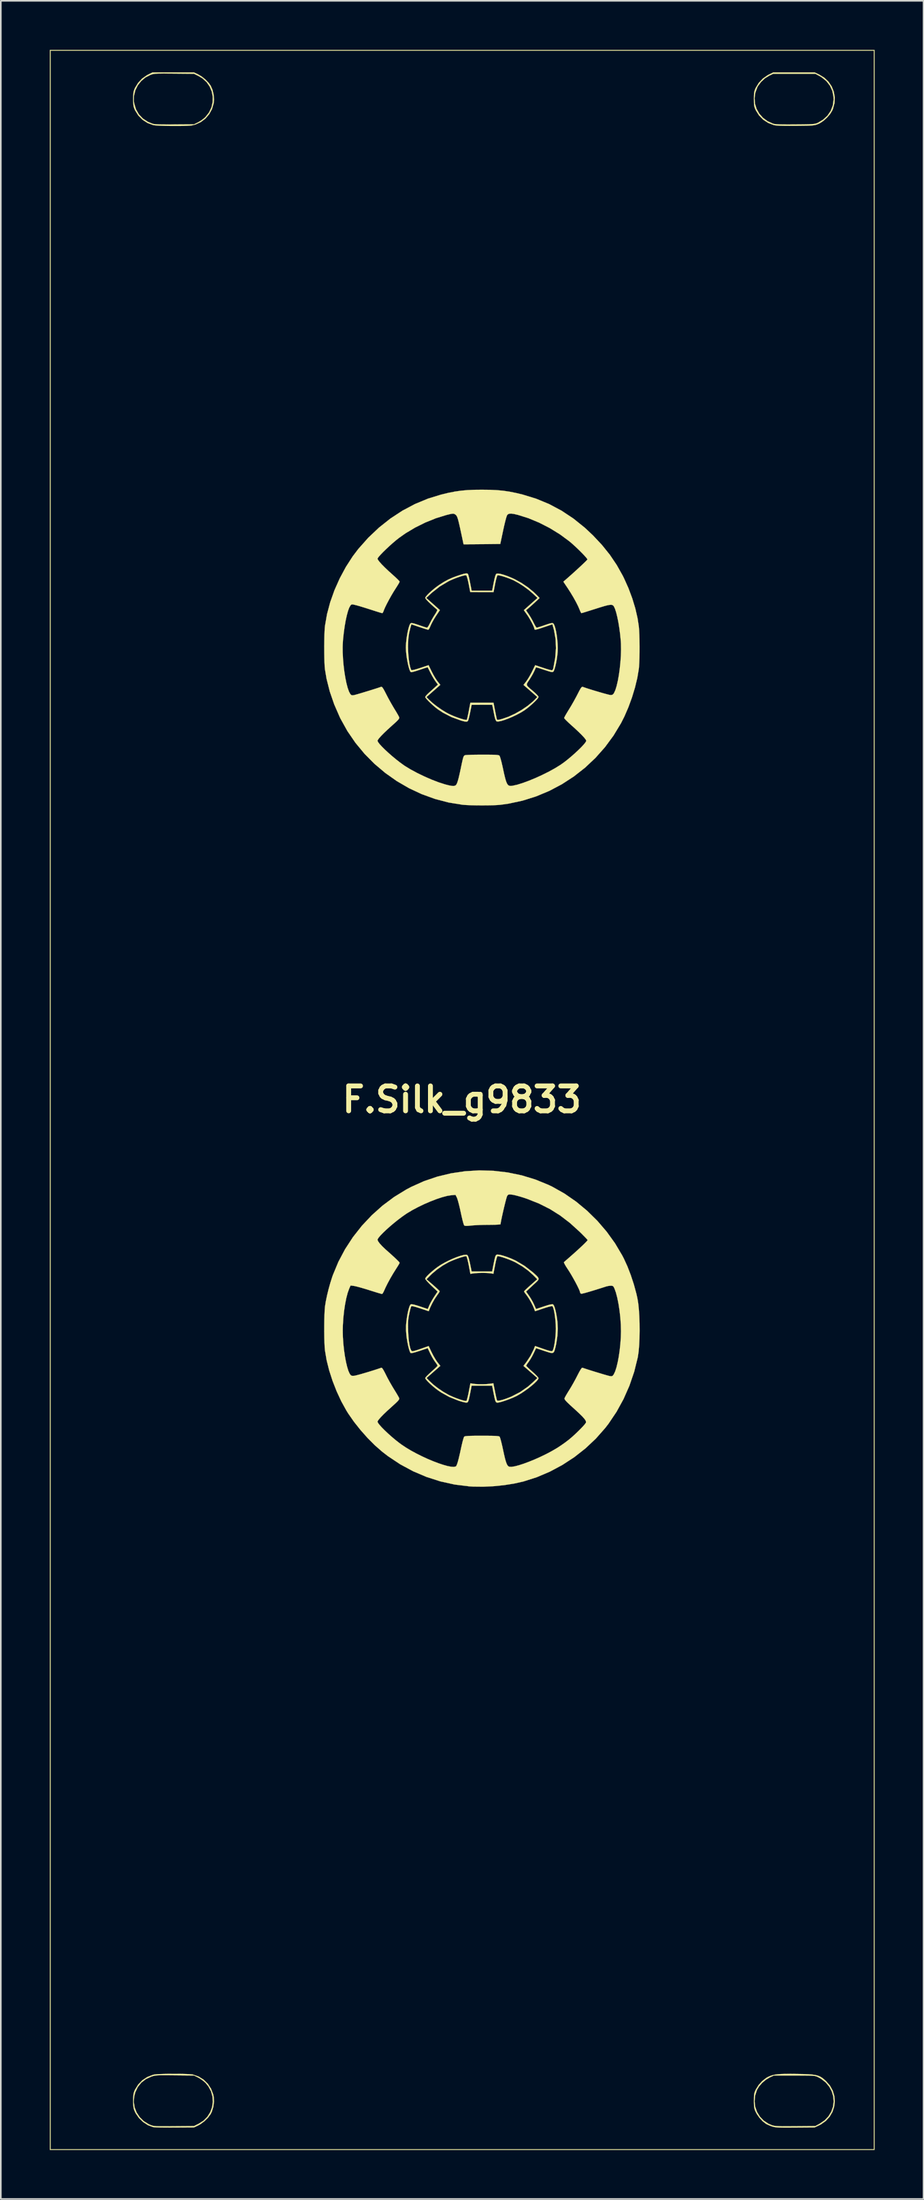
<source format=kicad_pcb>
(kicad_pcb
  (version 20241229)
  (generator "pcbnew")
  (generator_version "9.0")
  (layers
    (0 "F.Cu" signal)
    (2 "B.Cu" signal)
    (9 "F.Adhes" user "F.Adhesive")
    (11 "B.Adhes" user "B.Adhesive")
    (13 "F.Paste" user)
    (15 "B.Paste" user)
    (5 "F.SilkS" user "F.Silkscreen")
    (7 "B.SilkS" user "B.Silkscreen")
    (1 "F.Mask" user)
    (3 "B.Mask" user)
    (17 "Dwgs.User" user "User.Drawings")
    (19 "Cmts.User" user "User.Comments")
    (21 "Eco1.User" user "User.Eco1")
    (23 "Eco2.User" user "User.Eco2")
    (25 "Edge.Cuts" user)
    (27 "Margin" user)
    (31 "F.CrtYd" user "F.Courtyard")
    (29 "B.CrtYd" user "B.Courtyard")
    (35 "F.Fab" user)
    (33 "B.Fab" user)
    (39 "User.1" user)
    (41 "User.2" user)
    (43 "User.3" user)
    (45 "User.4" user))
  (footprint "F.Silk_g9833"
    (layer "F.Cu")
    (at 25.236 64.225)
    (property "Reference" "F.Silk_g9833" (at 0 0 0) (layer "F.SilkS") (effects (font (size 1.524 1.524) (thickness 0.3))))
    (attr through_hole)
    (fp_poly (pts (xy 25.273 64.262) (xy -25.231 64.262) (xy -25.231 -64.177) (xy -25.188 -64.177) (xy -25.188 64.22) (xy 25.231 64.22) (xy 25.231 -64.177) (xy -25.188 -64.177) (xy -25.231 -64.177) (xy -25.231 -64.22) (xy 25.273 -64.22) (xy 25.273 64.262)) (stroke (width 0.01) (type solid)) (fill yes) (layer "F.SilkS"))
    (fp_poly (pts (xy -16.162 -62.73) (xy -15.934 -62.596) (xy -15.707 -62.414) (xy -15.509 -62.209) (xy -15.383 -62.035) (xy -15.271 -61.779) (xy -15.201 -61.481) (xy -15.179 -61.176) (xy -15.198 -60.961) (xy -15.3 -60.606) (xy -15.472 -60.29) (xy -15.704 -60.019) (xy -15.988 -59.805) (xy -16.315 -59.656) (xy -16.519 -59.604) (xy -16.646 -59.589) (xy -16.839 -59.578) (xy -17.081 -59.571) (xy -17.359 -59.567) (xy -17.654 -59.567) (xy -17.953 -59.57) (xy -18.238 -59.576) (xy -18.494 -59.585) (xy -18.705 -59.598) (xy -18.855 -59.613) (xy -18.902 -59.622) (xy -19.248 -59.748) (xy -19.555 -59.946) (xy -19.813 -60.206) (xy -20.012 -60.521) (xy -20.019 -60.537) (xy -20.07 -60.655) (xy -20.103 -60.765) (xy -20.121 -60.891) (xy -20.128 -61.059) (xy -20.129 -61.089) (xy -20.087 -61.089) (xy -20.067 -60.948) (xy -19.957 -60.589) (xy -19.78 -60.28) (xy -19.537 -60.024) (xy -19.231 -59.824) (xy -18.944 -59.706) (xy -18.864 -59.688) (xy -18.74 -59.674) (xy -18.565 -59.665) (xy -18.331 -59.66) (xy -18.029 -59.658) (xy -17.652 -59.659) (xy -17.59 -59.66) (xy -16.404 -59.669) (xy -16.15 -59.793) (xy -15.976 -59.896) (xy -15.799 -60.029) (xy -15.702 -60.118) (xy -15.483 -60.397) (xy -15.337 -60.704) (xy -15.262 -61.027) (xy -15.256 -61.354) (xy -15.317 -61.674) (xy -15.443 -61.976) (xy -15.632 -62.247) (xy -15.883 -62.477) (xy -16.12 -62.62) (xy -16.402 -62.759) (xy -17.614 -62.772) (xy -17.968 -62.775) (xy -18.249 -62.776) (xy -18.468 -62.775) (xy -18.635 -62.772) (xy -18.762 -62.764) (xy -18.859 -62.752) (xy -18.939 -62.736) (xy -19.012 -62.714) (xy -19.069 -62.693) (xy -19.376 -62.536) (xy -19.638 -62.318) (xy -19.847 -62.051) (xy -19.997 -61.75) (xy -20.079 -61.424) (xy -20.087 -61.089) (xy -20.129 -61.089) (xy -20.13 -61.214) (xy -20.127 -61.426) (xy -20.117 -61.579) (xy -20.095 -61.698) (xy -20.056 -61.81) (xy -20.016 -61.901) (xy -19.829 -62.205) (xy -19.579 -62.47) (xy -19.284 -62.676) (xy -19.223 -62.707) (xy -18.944 -62.844) (xy -16.404 -62.844) (xy -16.162 -62.73)) (stroke (width 0.01) (type solid)) (fill yes) (layer "F.SilkS"))
    (fp_poly (pts (xy 21.886 -62.713) (xy 22.202 -62.52) (xy 22.459 -62.273) (xy 22.654 -61.983) (xy 22.782 -61.662) (xy 22.841 -61.32) (xy 22.825 -60.969) (xy 22.731 -60.618) (xy 22.687 -60.514) (xy 22.555 -60.298) (xy 22.369 -60.082) (xy 22.153 -59.887) (xy 21.93 -59.738) (xy 21.823 -59.688) (xy 21.742 -59.657) (xy 21.665 -59.633) (xy 21.579 -59.615) (xy 21.473 -59.602) (xy 21.335 -59.593) (xy 21.153 -59.586) (xy 20.915 -59.582) (xy 20.61 -59.578) (xy 20.447 -59.577) (xy 20.047 -59.575) (xy 19.724 -59.578) (xy 19.472 -59.584) (xy 19.284 -59.596) (xy 19.154 -59.612) (xy 19.113 -59.621) (xy 18.763 -59.753) (xy 18.453 -59.955) (xy 18.196 -60.22) (xy 18.01 -60.516) (xy 17.953 -60.64) (xy 17.917 -60.747) (xy 17.896 -60.863) (xy 17.888 -61.014) (xy 17.886 -61.214) (xy 17.886 -61.267) (xy 17.928 -61.267) (xy 17.954 -60.932) (xy 18.052 -60.614) (xy 18.216 -60.323) (xy 18.442 -60.068) (xy 18.725 -59.86) (xy 19.062 -59.708) (xy 19.071 -59.706) (xy 19.151 -59.688) (xy 19.273 -59.675) (xy 19.446 -59.665) (xy 19.678 -59.66) (xy 19.977 -59.658) (xy 20.35 -59.66) (xy 20.426 -59.661) (xy 20.777 -59.664) (xy 21.054 -59.668) (xy 21.268 -59.673) (xy 21.43 -59.681) (xy 21.55 -59.691) (xy 21.641 -59.705) (xy 21.711 -59.724) (xy 21.773 -59.747) (xy 21.802 -59.76) (xy 22.128 -59.955) (xy 22.393 -60.201) (xy 22.591 -60.49) (xy 22.717 -60.813) (xy 22.767 -61.165) (xy 22.762 -61.351) (xy 22.692 -61.708) (xy 22.546 -62.029) (xy 22.329 -62.308) (xy 22.045 -62.54) (xy 21.918 -62.616) (xy 21.654 -62.759) (xy 19.071 -62.759) (xy 18.83 -62.646) (xy 18.566 -62.484) (xy 18.328 -62.264) (xy 18.141 -62.013) (xy 18.103 -61.945) (xy 17.976 -61.608) (xy 17.928 -61.267) (xy 17.886 -61.267) (xy 17.888 -61.426) (xy 17.898 -61.579) (xy 17.921 -61.698) (xy 17.959 -61.81) (xy 17.999 -61.901) (xy 18.186 -62.205) (xy 18.437 -62.47) (xy 18.732 -62.676) (xy 18.792 -62.707) (xy 19.071 -62.844) (xy 21.611 -62.844) (xy 21.886 -62.713)) (stroke (width 0.01) (type solid)) (fill yes) (layer "F.SilkS"))
    (fp_poly (pts (xy -17.443 59.608) (xy -17.158 59.611) (xy -16.9 59.618) (xy -16.686 59.628) (xy -16.531 59.641) (xy -16.473 59.65) (xy -16.123 59.772) (xy -15.816 59.963) (xy -15.559 60.214) (xy -15.361 60.517) (xy -15.229 60.862) (xy -15.197 61.008) (xy -15.18 61.306) (xy -15.219 61.621) (xy -15.31 61.919) (xy -15.387 62.076) (xy -15.55 62.296) (xy -15.766 62.508) (xy -16.008 62.687) (xy -16.162 62.773) (xy -16.404 62.886) (xy -17.59 62.894) (xy -17.905 62.895) (xy -18.199 62.893) (xy -18.458 62.89) (xy -18.671 62.884) (xy -18.826 62.877) (xy -18.908 62.868) (xy -18.911 62.868) (xy -19.227 62.748) (xy -19.52 62.558) (xy -19.775 62.312) (xy -19.975 62.025) (xy -20.016 61.943) (xy -20.069 61.821) (xy -20.102 61.71) (xy -20.121 61.584) (xy -20.128 61.417) (xy -20.129 61.329) (xy -20.092 61.329) (xy -20.04 61.662) (xy -19.917 61.975) (xy -19.729 62.258) (xy -19.484 62.499) (xy -19.188 62.684) (xy -19.108 62.719) (xy -19.034 62.749) (xy -18.966 62.772) (xy -18.892 62.79) (xy -18.802 62.802) (xy -18.685 62.811) (xy -18.529 62.815) (xy -18.323 62.816) (xy -18.058 62.815) (xy -17.721 62.813) (xy -17.631 62.812) (xy -16.402 62.801) (xy -16.12 62.662) (xy -15.822 62.473) (xy -15.585 62.233) (xy -15.41 61.954) (xy -15.298 61.647) (xy -15.251 61.325) (xy -15.273 60.998) (xy -15.363 60.677) (xy -15.525 60.375) (xy -15.702 60.16) (xy -15.853 60.028) (xy -16.034 59.901) (xy -16.15 59.836) (xy -16.404 59.711) (xy -17.572 59.698) (xy -17.92 59.694) (xy -18.195 59.692) (xy -18.409 59.693) (xy -18.573 59.698) (xy -18.699 59.706) (xy -18.799 59.719) (xy -18.884 59.737) (xy -18.966 59.761) (xy -19.011 59.775) (xy -19.349 59.93) (xy -19.628 60.144) (xy -19.847 60.417) (xy -20.001 60.743) (xy -20.067 60.991) (xy -20.092 61.329) (xy -20.129 61.329) (xy -20.13 61.256) (xy -20.127 61.044) (xy -20.117 60.891) (xy -20.095 60.773) (xy -20.057 60.663) (xy -20.019 60.579) (xy -19.825 60.265) (xy -19.57 60.002) (xy -19.265 59.801) (xy -18.923 59.67) (xy -18.847 59.652) (xy -18.728 59.637) (xy -18.543 59.625) (xy -18.305 59.616) (xy -18.033 59.61) (xy -17.74 59.608) (xy -17.443 59.608)) (stroke (width 0.01) (type solid)) (fill yes) (layer "F.SilkS"))
    (fp_poly (pts (xy 20.511 59.614) (xy 20.89 59.621) (xy 21.197 59.632) (xy 21.443 59.65) (xy 21.641 59.678) (xy 21.802 59.718) (xy 21.938 59.773) (xy 22.061 59.848) (xy 22.183 59.943) (xy 22.303 60.05) (xy 22.545 60.327) (xy 22.715 60.634) (xy 22.813 60.959) (xy 22.842 61.292) (xy 22.803 61.621) (xy 22.698 61.938) (xy 22.528 62.229) (xy 22.295 62.486) (xy 22.001 62.696) (xy 21.886 62.756) (xy 21.611 62.886) (xy 20.426 62.896) (xy 20.07 62.898) (xy 19.787 62.899) (xy 19.566 62.896) (xy 19.396 62.891) (xy 19.266 62.882) (xy 19.163 62.869) (xy 19.078 62.85) (xy 19.001 62.828) (xy 18.839 62.767) (xy 18.685 62.698) (xy 18.614 62.659) (xy 18.421 62.507) (xy 18.232 62.303) (xy 18.07 62.073) (xy 17.998 61.941) (xy 17.946 61.82) (xy 17.913 61.708) (xy 17.895 61.582) (xy 17.887 61.415) (xy 17.886 61.291) (xy 17.929 61.291) (xy 17.97 61.628) (xy 18.081 61.943) (xy 18.256 62.228) (xy 18.491 62.471) (xy 18.782 62.662) (xy 18.978 62.745) (xy 19.05 62.768) (xy 19.129 62.785) (xy 19.226 62.798) (xy 19.352 62.807) (xy 19.517 62.813) (xy 19.732 62.815) (xy 20.009 62.815) (xy 20.358 62.812) (xy 20.426 62.812) (xy 21.654 62.801) (xy 21.918 62.658) (xy 22.221 62.451) (xy 22.457 62.203) (xy 22.627 61.923) (xy 22.732 61.621) (xy 22.772 61.307) (xy 22.747 60.991) (xy 22.657 60.684) (xy 22.503 60.396) (xy 22.286 60.136) (xy 22.006 59.915) (xy 21.802 59.802) (xy 21.743 59.776) (xy 21.682 59.755) (xy 21.609 59.739) (xy 21.513 59.728) (xy 21.384 59.72) (xy 21.21 59.715) (xy 20.983 59.713) (xy 20.69 59.711) (xy 20.362 59.711) (xy 19.113 59.711) (xy 18.85 59.833) (xy 18.616 59.973) (xy 18.392 60.163) (xy 18.203 60.38) (xy 18.073 60.598) (xy 17.962 60.944) (xy 17.929 61.291) (xy 17.886 61.291) (xy 17.886 61.256) (xy 17.888 61.048) (xy 17.897 60.899) (xy 17.918 60.784) (xy 17.955 60.677) (xy 18.01 60.558) (xy 18.176 60.293) (xy 18.393 60.052) (xy 18.638 59.861) (xy 18.739 59.803) (xy 18.87 59.743) (xy 19.005 59.696) (xy 19.156 59.66) (xy 19.334 59.635) (xy 19.551 59.619) (xy 19.82 59.611) (xy 20.15 59.61) (xy 20.511 59.614)) (stroke (width 0.01) (type solid)) (fill yes) (layer "F.SilkS"))
    (fp_poly (pts (xy 2.339 9.501) (xy 2.532 9.551) (xy 2.759 9.625) (xy 2.999 9.717) (xy 3.23 9.82) (xy 3.32 9.864) (xy 3.844 10.176) (xy 4.342 10.562) (xy 4.414 10.626) (xy 4.57 10.769) (xy 4.665 10.873) (xy 4.703 10.954) (xy 4.688 11.026) (xy 4.623 11.107) (xy 4.54 11.187) (xy 4.39 11.325) (xy 4.226 11.478) (xy 4.138 11.56) (xy 3.936 11.748) (xy 4.124 12.014) (xy 4.238 12.192) (xy 4.35 12.391) (xy 4.427 12.549) (xy 4.544 12.816) (xy 5.029 12.654) (xy 5.269 12.577) (xy 5.439 12.534) (xy 5.546 12.521) (xy 5.585 12.529) (xy 5.637 12.596) (xy 5.692 12.736) (xy 5.745 12.936) (xy 5.795 13.184) (xy 5.839 13.47) (xy 5.855 13.6) (xy 5.875 14.019) (xy 5.85 14.475) (xy 5.782 14.933) (xy 5.733 15.155) (xy 5.69 15.317) (xy 5.649 15.427) (xy 5.595 15.488) (xy 5.512 15.506) (xy 5.388 15.485) (xy 5.208 15.43) (xy 5.05 15.378) (xy 4.546 15.209) (xy 4.394 15.532) (xy 4.3 15.715) (xy 4.194 15.896) (xy 4.098 16.041) (xy 4.089 16.052) (xy 4.008 16.164) (xy 3.954 16.25) (xy 3.941 16.285) (xy 3.972 16.325) (xy 4.055 16.408) (xy 4.177 16.521) (xy 4.322 16.65) (xy 4.47 16.785) (xy 4.59 16.905) (xy 4.671 16.996) (xy 4.699 17.045) (xy 4.665 17.124) (xy 4.57 17.238) (xy 4.426 17.377) (xy 4.246 17.531) (xy 4.04 17.692) (xy 3.82 17.849) (xy 3.598 17.994) (xy 3.387 18.117) (xy 3.332 18.145) (xy 3.149 18.23) (xy 2.937 18.317) (xy 2.716 18.399) (xy 2.507 18.468) (xy 2.33 18.518) (xy 2.205 18.541) (xy 2.186 18.542) (xy 2.137 18.537) (xy 2.099 18.516) (xy 2.066 18.465) (xy 2.034 18.373) (xy 1.999 18.228) (xy 1.956 18.019) (xy 1.925 17.865) (xy 1.855 17.505) (xy 0.6 17.505) (xy 0.53 17.865) (xy 0.48 18.116) (xy 0.441 18.296) (xy 0.408 18.417) (xy 0.376 18.49) (xy 0.341 18.527) (xy 0.298 18.54) (xy 0.263 18.541) (xy 0.172 18.527) (xy 0.027 18.491) (xy -0.147 18.44) (xy -0.221 18.415) (xy -0.766 18.196) (xy -1.261 17.923) (xy -1.46 17.789) (xy -1.632 17.659) (xy -1.804 17.516) (xy -1.964 17.371) (xy -2.099 17.237) (xy -2.196 17.126) (xy -2.242 17.051) (xy -2.244 17.04) (xy -2.213 16.99) (xy -2.131 16.899) (xy -2.009 16.78) (xy -1.866 16.65) (xy -1.719 16.518) (xy -1.598 16.405) (xy -1.516 16.324) (xy -1.485 16.285) (xy -1.507 16.236) (xy -1.568 16.142) (xy -1.634 16.052) (xy -1.728 15.914) (xy -1.833 15.734) (xy -1.93 15.55) (xy -1.938 15.532) (xy -2.091 15.209) (xy -2.594 15.378) (xy -2.84 15.456) (xy -3.011 15.5) (xy -3.112 15.512) (xy -3.141 15.503) (xy -3.185 15.423) (xy -3.234 15.277) (xy -3.284 15.081) (xy -3.332 14.852) (xy -3.372 14.607) (xy -3.394 14.436) (xy -3.42 14.117) (xy -3.418 13.873) (xy -3.296 13.873) (xy -3.29 14.148) (xy -3.29 14.161) (xy -3.272 14.493) (xy -3.242 14.788) (xy -3.202 15.035) (xy -3.154 15.226) (xy -3.099 15.351) (xy -3.043 15.4) (xy -2.979 15.392) (xy -2.854 15.359) (xy -2.686 15.308) (xy -2.505 15.246) (xy -2.033 15.08) (xy -1.849 15.467) (xy -1.748 15.663) (xy -1.635 15.858) (xy -1.529 16.021) (xy -1.49 16.073) (xy -1.316 16.292) (xy -1.738 16.663) (xy -2.161 17.034) (xy -1.98 17.222) (xy -1.744 17.44) (xy -1.454 17.665) (xy -1.139 17.877) (xy -0.826 18.057) (xy -0.744 18.098) (xy -0.551 18.185) (xy -0.342 18.269) (xy -0.138 18.342) (xy 0.045 18.399) (xy 0.188 18.434) (xy 0.272 18.441) (xy 0.275 18.44) (xy 0.298 18.397) (xy 0.332 18.286) (xy 0.373 18.124) (xy 0.415 17.926) (xy 0.421 17.893) (xy 0.525 17.356) (xy 0.675 17.385) (xy 0.834 17.403) (xy 1.045 17.414) (xy 1.28 17.415) (xy 1.507 17.407) (xy 1.696 17.391) (xy 1.716 17.388) (xy 1.929 17.356) (xy 2.03 17.863) (xy 2.071 18.062) (xy 2.108 18.231) (xy 2.138 18.354) (xy 2.157 18.411) (xy 2.157 18.412) (xy 2.214 18.428) (xy 2.335 18.411) (xy 2.508 18.366) (xy 2.72 18.296) (xy 2.959 18.203) (xy 3.047 18.166) (xy 3.568 17.897) (xy 4.054 17.558) (xy 4.334 17.313) (xy 4.625 17.036) (xy 4.199 16.665) (xy 3.774 16.295) (xy 3.977 16.026) (xy 4.209 15.672) (xy 4.402 15.283) (xy 4.443 15.182) (xy 4.483 15.077) (xy 4.991 15.254) (xy 5.224 15.332) (xy 5.388 15.378) (xy 5.491 15.396) (xy 5.543 15.386) (xy 5.545 15.384) (xy 5.59 15.301) (xy 5.634 15.149) (xy 5.675 14.946) (xy 5.71 14.708) (xy 5.737 14.45) (xy 5.754 14.191) (xy 5.758 14.012) (xy 5.751 13.769) (xy 5.732 13.514) (xy 5.703 13.264) (xy 5.668 13.034) (xy 5.627 12.843) (xy 5.585 12.706) (xy 5.551 12.646) (xy 5.492 12.641) (xy 5.359 12.668) (xy 5.16 12.725) (xy 4.996 12.778) (xy 4.481 12.95) (xy 4.435 12.814) (xy 4.355 12.624) (xy 4.243 12.403) (xy 4.116 12.185) (xy 3.993 12.002) (xy 3.958 11.956) (xy 3.876 11.85) (xy 3.822 11.768) (xy 3.81 11.739) (xy 3.84 11.698) (xy 3.922 11.615) (xy 4.045 11.5) (xy 4.195 11.365) (xy 4.215 11.348) (xy 4.619 10.993) (xy 4.373 10.744) (xy 4.065 10.468) (xy 3.701 10.205) (xy 3.311 9.975) (xy 3.239 9.938) (xy 3.073 9.862) (xy 2.882 9.784) (xy 2.683 9.711) (xy 2.495 9.649) (xy 2.335 9.603) (xy 2.223 9.581) (xy 2.181 9.582) (xy 2.156 9.628) (xy 2.121 9.742) (xy 2.08 9.906) (xy 2.039 10.104) (xy 2.034 10.13) (xy 1.933 10.66) (xy 1.782 10.632) (xy 1.635 10.616) (xy 1.432 10.607) (xy 1.204 10.606) (xy 0.98 10.612) (xy 0.788 10.625) (xy 0.717 10.634) (xy 0.523 10.664) (xy 0.422 10.132) (xy 0.38 9.93) (xy 0.339 9.761) (xy 0.302 9.639) (xy 0.274 9.583) (xy 0.271 9.581) (xy 0.204 9.585) (xy 0.078 9.616) (xy -0.091 9.667) (xy -0.283 9.733) (xy -0.481 9.808) (xy -0.667 9.885) (xy -0.814 9.953) (xy -1.17 10.155) (xy -1.519 10.398) (xy -1.828 10.657) (xy -1.918 10.745) (xy -2.165 10.994) (xy -1.76 11.345) (xy -1.607 11.48) (xy -1.48 11.598) (xy -1.392 11.684) (xy -1.355 11.73) (xy -1.355 11.732) (xy -1.379 11.781) (xy -1.441 11.876) (xy -1.523 11.99) (xy -1.666 12.202) (xy -1.81 12.456) (xy -1.935 12.714) (xy -1.985 12.835) (xy -2.028 12.949) (xy -2.542 12.777) (xy -2.783 12.701) (xy -2.96 12.654) (xy -3.066 12.639) (xy -3.096 12.646) (xy -3.121 12.703) (xy -3.157 12.823) (xy -3.197 12.987) (xy -3.223 13.106) (xy -3.259 13.298) (xy -3.283 13.473) (xy -3.294 13.656) (xy -3.296 13.873) (xy -3.418 13.873) (xy -3.418 13.83) (xy -3.398 13.589) (xy -3.358 13.293) (xy -3.31 13.029) (xy -3.257 12.808) (xy -3.203 12.644) (xy -3.15 12.547) (xy -3.13 12.529) (xy -3.062 12.522) (xy -2.936 12.544) (xy -2.744 12.598) (xy -2.572 12.654) (xy -2.086 12.817) (xy -1.994 12.595) (xy -1.925 12.452) (xy -1.826 12.275) (xy -1.716 12.095) (xy -1.693 12.06) (xy -1.484 11.748) (xy -1.865 11.388) (xy -2.011 11.244) (xy -2.131 11.116) (xy -2.213 11.016) (xy -2.245 10.959) (xy -2.245 10.958) (xy -2.212 10.893) (xy -2.123 10.788) (xy -1.989 10.656) (xy -1.822 10.508) (xy -1.634 10.354) (xy -1.503 10.254) (xy -1.299 10.117) (xy -1.065 9.982) (xy -0.812 9.853) (xy -0.555 9.735) (xy -0.306 9.635) (xy -0.079 9.558) (xy 0.113 9.509) (xy 0.257 9.493) (xy 0.33 9.509) (xy 0.375 9.572) (xy 0.423 9.709) (xy 0.477 9.924) (xy 0.502 10.037) (xy 0.601 10.52) (xy 1.855 10.52) (xy 1.925 10.16) (xy 1.975 9.909) (xy 2.014 9.729) (xy 2.047 9.608) (xy 2.079 9.535) (xy 2.115 9.498) (xy 2.159 9.484) (xy 2.201 9.483) (xy 2.339 9.501)) (stroke (width 0.01) (type solid)) (fill yes) (layer "F.SilkS"))
    (fp_poly (pts (xy 0.333 -32.187) (xy 0.371 -32.161) (xy 0.395 -32.101) (xy 0.429 -31.976) (xy 0.468 -31.806) (xy 0.505 -31.623) (xy 0.6 -31.136) (xy 1.857 -31.136) (xy 1.953 -31.637) (xy 2.005 -31.881) (xy 2.05 -32.048) (xy 2.092 -32.145) (xy 2.12 -32.175) (xy 2.211 -32.186) (xy 2.364 -32.163) (xy 2.563 -32.108) (xy 2.796 -32.028) (xy 3.048 -31.925) (xy 3.245 -31.834) (xy 3.65 -31.61) (xy 4.045 -31.342) (xy 4.401 -31.049) (xy 4.551 -30.905) (xy 4.763 -30.687) (xy 4.551 -30.488) (xy 4.401 -30.349) (xy 4.237 -30.201) (xy 4.136 -30.112) (xy 3.932 -29.936) (xy 4.103 -29.686) (xy 4.215 -29.508) (xy 4.331 -29.302) (xy 4.406 -29.153) (xy 4.476 -29.017) (xy 4.539 -28.916) (xy 4.583 -28.872) (xy 4.587 -28.871) (xy 4.644 -28.885) (xy 4.763 -28.921) (xy 4.926 -28.974) (xy 5.085 -29.029) (xy 5.29 -29.098) (xy 5.43 -29.139) (xy 5.52 -29.154) (xy 5.577 -29.147) (xy 5.599 -29.134) (xy 5.657 -29.046) (xy 5.712 -28.889) (xy 5.763 -28.679) (xy 5.807 -28.431) (xy 5.842 -28.161) (xy 5.865 -27.885) (xy 5.874 -27.618) (xy 5.867 -27.39) (xy 5.844 -27.159) (xy 5.809 -26.918) (xy 5.765 -26.685) (xy 5.716 -26.476) (xy 5.667 -26.31) (xy 5.62 -26.205) (xy 5.605 -26.185) (xy 5.57 -26.163) (xy 5.515 -26.159) (xy 5.425 -26.175) (xy 5.287 -26.215) (xy 5.085 -26.28) (xy 5.051 -26.292) (xy 4.862 -26.354) (xy 4.703 -26.404) (xy 4.593 -26.436) (xy 4.545 -26.446) (xy 4.545 -26.445) (xy 4.522 -26.403) (xy 4.477 -26.306) (xy 4.43 -26.202) (xy 4.354 -26.05) (xy 4.25 -25.868) (xy 4.14 -25.691) (xy 4.132 -25.679) (xy 4.049 -25.557) (xy 3.996 -25.467) (xy 3.978 -25.395) (xy 4.001 -25.326) (xy 4.07 -25.244) (xy 4.19 -25.136) (xy 4.366 -24.987) (xy 4.383 -24.972) (xy 4.519 -24.85) (xy 4.625 -24.742) (xy 4.688 -24.662) (xy 4.699 -24.634) (xy 4.668 -24.57) (xy 4.582 -24.466) (xy 4.456 -24.337) (xy 4.303 -24.193) (xy 4.135 -24.047) (xy 3.967 -23.912) (xy 3.811 -23.801) (xy 3.81 -23.8) (xy 3.593 -23.668) (xy 3.352 -23.54) (xy 3.099 -23.42) (xy 2.849 -23.314) (xy 2.614 -23.227) (xy 2.409 -23.165) (xy 2.247 -23.133) (xy 2.141 -23.135) (xy 2.123 -23.143) (xy 2.079 -23.206) (xy 2.033 -23.327) (xy 2.001 -23.457) (xy 1.964 -23.642) (xy 1.926 -23.833) (xy 1.904 -23.942) (xy 1.86 -24.156) (xy 1.23 -24.154) (xy 0.601 -24.153) (xy 0.508 -23.686) (xy 0.467 -23.494) (xy 0.427 -23.33) (xy 0.392 -23.213) (xy 0.372 -23.167) (xy 0.327 -23.131) (xy 0.261 -23.121) (xy 0.155 -23.136) (xy -0.009 -23.179) (xy -0.064 -23.195) (xy -0.633 -23.402) (xy -1.157 -23.672) (xy -1.46 -23.871) (xy -1.601 -23.979) (xy -1.755 -24.109) (xy -1.908 -24.249) (xy -2.047 -24.385) (xy -2.158 -24.503) (xy -2.228 -24.591) (xy -2.244 -24.628) (xy -2.214 -24.685) (xy -2.135 -24.776) (xy -2.025 -24.882) (xy -2.022 -24.886) (xy -1.877 -25.015) (xy -1.729 -25.148) (xy -1.633 -25.236) (xy -1.466 -25.389) (xy -1.617 -25.595) (xy -1.712 -25.738) (xy -1.819 -25.92) (xy -1.919 -26.105) (xy -1.926 -26.12) (xy -1.999 -26.266) (xy -2.057 -26.379) (xy -2.09 -26.442) (xy -2.094 -26.448) (xy -2.135 -26.44) (xy -2.241 -26.408) (xy -2.394 -26.358) (xy -2.58 -26.295) (xy -2.584 -26.294) (xy -2.775 -26.231) (xy -2.94 -26.183) (xy -3.061 -26.154) (xy -3.119 -26.15) (xy -3.166 -26.206) (xy -3.217 -26.331) (xy -3.268 -26.51) (xy -3.317 -26.726) (xy -3.361 -26.965) (xy -3.396 -27.211) (xy -3.42 -27.448) (xy -3.428 -27.662) (xy -3.428 -27.665) (xy -3.423 -27.777) (xy -3.297 -27.777) (xy -3.292 -27.476) (xy -3.276 -27.2) (xy -3.249 -26.933) (xy -3.213 -26.69) (xy -3.171 -26.487) (xy -3.125 -26.34) (xy -3.088 -26.274) (xy -3.038 -26.272) (xy -2.924 -26.296) (xy -2.763 -26.339) (xy -2.571 -26.399) (xy -2.546 -26.407) (xy -2.037 -26.578) (xy -1.848 -26.19) (xy -1.746 -25.995) (xy -1.633 -25.801) (xy -1.528 -25.64) (xy -1.488 -25.587) (xy -1.317 -25.373) (xy -1.741 -24.999) (xy -2.165 -24.626) (xy -2.003 -24.459) (xy -1.794 -24.266) (xy -1.532 -24.06) (xy -1.244 -23.859) (xy -0.955 -23.682) (xy -0.799 -23.598) (xy -0.618 -23.514) (xy -0.417 -23.431) (xy -0.214 -23.356) (xy -0.024 -23.294) (xy 0.136 -23.249) (xy 0.251 -23.228) (xy 0.302 -23.234) (xy 0.319 -23.284) (xy 0.348 -23.401) (xy 0.384 -23.566) (xy 0.423 -23.763) (xy 0.424 -23.77) (xy 0.521 -24.278) (xy 1.94 -24.278) (xy 2.031 -23.812) (xy 2.069 -23.618) (xy 2.104 -23.449) (xy 2.13 -23.327) (xy 2.142 -23.276) (xy 2.159 -23.242) (xy 2.196 -23.229) (xy 2.271 -23.238) (xy 2.403 -23.271) (xy 2.468 -23.289) (xy 2.853 -23.422) (xy 3.258 -23.609) (xy 3.659 -23.837) (xy 4.032 -24.091) (xy 4.354 -24.357) (xy 4.459 -24.46) (xy 4.622 -24.628) (xy 4.2 -24.999) (xy 3.777 -25.369) (xy 3.944 -25.586) (xy 4.038 -25.723) (xy 4.149 -25.906) (xy 4.258 -26.104) (xy 4.301 -26.19) (xy 4.492 -26.578) (xy 4.987 -26.412) (xy 5.181 -26.349) (xy 5.347 -26.301) (xy 5.469 -26.27) (xy 5.528 -26.263) (xy 5.529 -26.264) (xy 5.575 -26.315) (xy 5.6 -26.381) (xy 5.717 -27.017) (xy 5.764 -27.613) (xy 5.742 -28.173) (xy 5.649 -28.705) (xy 5.608 -28.858) (xy 5.545 -29.077) (xy 5.05 -28.911) (xy 4.817 -28.833) (xy 4.652 -28.783) (xy 4.544 -28.756) (xy 4.481 -28.751) (xy 4.452 -28.766) (xy 4.445 -28.797) (xy 4.423 -28.882) (xy 4.366 -29.018) (xy 4.282 -29.187) (xy 4.181 -29.369) (xy 4.075 -29.546) (xy 3.992 -29.669) (xy 3.796 -29.943) (xy 3.941 -30.074) (xy 4.043 -30.165) (xy 4.182 -30.289) (xy 4.33 -30.421) (xy 4.361 -30.448) (xy 4.636 -30.691) (xy 4.36 -30.949) (xy 4.096 -31.176) (xy 3.791 -31.4) (xy 3.476 -31.603) (xy 3.18 -31.764) (xy 3.128 -31.788) (xy 2.944 -31.865) (xy 2.746 -31.938) (xy 2.552 -32.002) (xy 2.382 -32.05) (xy 2.254 -32.076) (xy 2.189 -32.077) (xy 2.159 -32.028) (xy 2.121 -31.911) (xy 2.078 -31.741) (xy 2.038 -31.554) (xy 1.942 -31.051) (xy 1.228 -31.051) (xy 0.514 -31.052) (xy 0.417 -31.554) (xy 0.372 -31.767) (xy 0.328 -31.934) (xy 0.29 -32.042) (xy 0.265 -32.077) (xy 0.189 -32.076) (xy 0.054 -32.046) (xy -0.123 -31.992) (xy -0.324 -31.922) (xy -0.532 -31.84) (xy -0.73 -31.753) (xy -0.823 -31.707) (xy -1.35 -31.393) (xy -1.834 -31.012) (xy -1.926 -30.928) (xy -2.18 -30.69) (xy -1.905 -30.448) (xy -1.758 -30.317) (xy -1.615 -30.19) (xy -1.504 -30.091) (xy -1.487 -30.075) (xy -1.344 -29.946) (xy -1.581 -29.594) (xy -1.697 -29.409) (xy -1.806 -29.217) (xy -1.89 -29.049) (xy -1.914 -28.993) (xy -1.971 -28.864) (xy -2.022 -28.774) (xy -2.055 -28.744) (xy -2.11 -28.757) (xy -2.229 -28.792) (xy -2.393 -28.844) (xy -2.586 -28.908) (xy -2.594 -28.911) (xy -3.089 -29.077) (xy -3.154 -28.858) (xy -3.233 -28.53) (xy -3.28 -28.177) (xy -3.297 -27.777) (xy -3.423 -27.777) (xy -3.419 -27.889) (xy -3.395 -28.135) (xy -3.359 -28.387) (xy -3.315 -28.627) (xy -3.265 -28.839) (xy -3.213 -29.007) (xy -3.162 -29.113) (xy -3.144 -29.133) (xy -3.102 -29.153) (xy -3.035 -29.151) (xy -2.928 -29.127) (xy -2.766 -29.076) (xy -2.63 -29.029) (xy -2.445 -28.966) (xy -2.288 -28.914) (xy -2.177 -28.881) (xy -2.131 -28.871) (xy -2.09 -28.907) (xy -2.029 -29.001) (xy -1.96 -29.133) (xy -1.955 -29.143) (xy -1.86 -29.328) (xy -1.743 -29.531) (xy -1.65 -29.677) (xy -1.57 -29.806) (xy -1.519 -29.908) (xy -1.507 -29.965) (xy -1.509 -29.968) (xy -1.719 -30.149) (xy -1.906 -30.32) (xy -2.061 -30.469) (xy -2.173 -30.589) (xy -2.235 -30.67) (xy -2.244 -30.693) (xy -2.211 -30.761) (xy -2.123 -30.867) (xy -1.992 -30.999) (xy -1.83 -31.146) (xy -1.65 -31.295) (xy -1.465 -31.434) (xy -1.386 -31.489) (xy -1.096 -31.674) (xy -0.828 -31.819) (xy -0.545 -31.944) (xy -0.296 -32.035) (xy -0.049 -32.118) (xy 0.131 -32.17) (xy 0.255 -32.192) (xy 0.333 -32.187)) (stroke (width 0.01) (type solid)) (fill yes) (layer "F.SilkS"))
    (fp_poly (pts (xy 1.717 -37.307) (xy 2.146 -37.287) (xy 2.54 -37.25) (xy 2.922 -37.193) (xy 3.316 -37.114) (xy 3.722 -37.017) (xy 4.553 -36.762) (xy 5.347 -36.434) (xy 6.105 -36.031) (xy 6.83 -35.551) (xy 7.524 -34.994) (xy 8.026 -34.524) (xy 8.58 -33.934) (xy 9.062 -33.336) (xy 9.483 -32.713) (xy 9.856 -32.049) (xy 9.931 -31.898) (xy 10.202 -31.295) (xy 10.435 -30.672) (xy 10.624 -30.051) (xy 10.762 -29.449) (xy 10.838 -28.956) (xy 10.857 -28.724) (xy 10.871 -28.431) (xy 10.88 -28.096) (xy 10.884 -27.739) (xy 10.883 -27.378) (xy 10.877 -27.033) (xy 10.866 -26.724) (xy 10.85 -26.468) (xy 10.839 -26.352) (xy 10.747 -25.802) (xy 10.605 -25.213) (xy 10.421 -24.607) (xy 10.202 -24.007) (xy 9.955 -23.437) (xy 9.751 -23.034) (xy 9.291 -22.273) (xy 8.767 -21.562) (xy 8.184 -20.906) (xy 7.546 -20.306) (xy 6.858 -19.768) (xy 6.126 -19.293) (xy 5.355 -18.886) (xy 4.549 -18.55) (xy 3.714 -18.288) (xy 2.855 -18.104) (xy 2.349 -18.034) (xy 2.147 -18.019) (xy 1.88 -18.007) (xy 1.57 -18.001) (xy 1.237 -17.999) (xy 0.901 -18.001) (xy 0.583 -18.008) (xy 0.304 -18.019) (xy 0.083 -18.034) (xy 0.042 -18.038) (xy -0.811 -18.176) (xy -1.646 -18.394) (xy -2.457 -18.688) (xy -3.238 -19.053) (xy -3.985 -19.487) (xy -4.692 -19.986) (xy -5.353 -20.544) (xy -5.963 -21.16) (xy -6.516 -21.828) (xy -7.008 -22.545) (xy -7.432 -23.307) (xy -7.472 -23.389) (xy -7.816 -24.176) (xy -8.088 -24.965) (xy -8.286 -25.746) (xy -8.385 -26.331) (xy -8.401 -26.505) (xy -8.413 -26.746) (xy -8.421 -27.038) (xy -8.426 -27.361) (xy -8.427 -27.701) (xy -8.427 -27.738) (xy -7.299 -27.738) (xy -7.297 -27.369) (xy -7.279 -26.98) (xy -7.245 -26.584) (xy -7.198 -26.194) (xy -7.139 -25.825) (xy -7.071 -25.488) (xy -6.996 -25.197) (xy -6.914 -24.966) (xy -6.833 -24.814) (xy -6.772 -24.749) (xy -6.695 -24.732) (xy -6.61 -24.744) (xy -6.53 -24.764) (xy -6.386 -24.804) (xy -6.195 -24.86) (xy -5.973 -24.927) (xy -5.736 -24.999) (xy -5.502 -25.071) (xy -5.287 -25.139) (xy -5.107 -25.197) (xy -4.98 -25.24) (xy -4.945 -25.253) (xy -4.907 -25.251) (xy -4.862 -25.211) (xy -4.802 -25.122) (xy -4.721 -24.975) (xy -4.634 -24.805) (xy -4.509 -24.564) (xy -4.362 -24.298) (xy -4.215 -24.044) (xy -4.129 -23.901) (xy -4.021 -23.725) (xy -3.93 -23.568) (xy -3.864 -23.448) (xy -3.835 -23.385) (xy -3.834 -23.34) (xy -3.863 -23.283) (xy -3.929 -23.204) (xy -4.042 -23.094) (xy -4.209 -22.942) (xy -4.264 -22.893) (xy -4.543 -22.641) (xy -4.776 -22.419) (xy -4.959 -22.233) (xy -5.086 -22.088) (xy -5.154 -21.987) (xy -5.165 -21.951) (xy -5.132 -21.874) (xy -5.042 -21.755) (xy -4.904 -21.603) (xy -4.727 -21.426) (xy -4.52 -21.234) (xy -4.295 -21.035) (xy -4.06 -20.839) (xy -3.824 -20.653) (xy -3.598 -20.488) (xy -3.493 -20.415) (xy -3.14 -20.2) (xy -2.733 -19.981) (xy -2.294 -19.769) (xy -1.849 -19.575) (xy -1.422 -19.411) (xy -1.035 -19.287) (xy -1.018 -19.282) (xy -0.782 -19.222) (xy -0.611 -19.19) (xy -0.492 -19.186) (xy -0.41 -19.208) (xy -0.364 -19.242) (xy -0.324 -19.296) (xy -0.284 -19.382) (xy -0.242 -19.51) (xy -0.193 -19.689) (xy -0.137 -19.928) (xy -0.07 -20.238) (xy -0.042 -20.374) (xy 0.011 -20.624) (xy 0.052 -20.803) (xy 0.085 -20.924) (xy 0.115 -21) (xy 0.146 -21.042) (xy 0.183 -21.064) (xy 0.207 -21.072) (xy 0.281 -21.081) (xy 0.425 -21.089) (xy 0.626 -21.096) (xy 0.871 -21.1) (xy 1.145 -21.103) (xy 1.279 -21.103) (xy 1.599 -21.102) (xy 1.843 -21.099) (xy 2.024 -21.094) (xy 2.151 -21.085) (xy 2.235 -21.072) (xy 2.284 -21.054) (xy 2.304 -21.04) (xy 2.333 -20.979) (xy 2.374 -20.849) (xy 2.424 -20.668) (xy 2.476 -20.448) (xy 2.516 -20.268) (xy 2.588 -19.933) (xy 2.651 -19.672) (xy 2.708 -19.477) (xy 2.764 -19.34) (xy 2.824 -19.252) (xy 2.892 -19.204) (xy 2.974 -19.188) (xy 3.074 -19.195) (xy 3.099 -19.199) (xy 3.388 -19.263) (xy 3.73 -19.369) (xy 4.11 -19.509) (xy 4.513 -19.675) (xy 4.922 -19.862) (xy 5.322 -20.061) (xy 5.697 -20.267) (xy 6.03 -20.472) (xy 6.074 -20.502) (xy 6.271 -20.642) (xy 6.484 -20.809) (xy 6.705 -20.994) (xy 6.923 -21.186) (xy 7.128 -21.376) (xy 7.31 -21.555) (xy 7.458 -21.714) (xy 7.564 -21.843) (xy 7.616 -21.932) (xy 7.62 -21.952) (xy 7.588 -22.025) (xy 7.493 -22.146) (xy 7.341 -22.309) (xy 7.137 -22.51) (xy 6.885 -22.745) (xy 6.72 -22.892) (xy 6.558 -23.039) (xy 6.421 -23.17) (xy 6.321 -23.272) (xy 6.27 -23.335) (xy 6.265 -23.346) (xy 6.287 -23.399) (xy 6.345 -23.509) (xy 6.433 -23.659) (xy 6.54 -23.836) (xy 6.562 -23.87) (xy 6.705 -24.106) (xy 6.859 -24.375) (xy 7.003 -24.639) (xy 7.093 -24.812) (xy 7.196 -25.013) (xy 7.272 -25.147) (xy 7.328 -25.224) (xy 7.371 -25.254) (xy 7.4 -25.253) (xy 7.534 -25.205) (xy 7.719 -25.144) (xy 7.938 -25.075) (xy 8.175 -25.003) (xy 8.416 -24.932) (xy 8.643 -24.866) (xy 8.841 -24.812) (xy 8.993 -24.773) (xy 9.084 -24.753) (xy 9.094 -24.752) (xy 9.205 -24.759) (xy 9.277 -24.811) (xy 9.32 -24.875) (xy 9.404 -25.058) (xy 9.482 -25.312) (xy 9.554 -25.623) (xy 9.618 -25.976) (xy 9.671 -26.358) (xy 9.712 -26.755) (xy 9.74 -27.153) (xy 9.751 -27.537) (xy 9.745 -27.895) (xy 9.735 -28.056) (xy 9.698 -28.446) (xy 9.648 -28.829) (xy 9.589 -29.192) (xy 9.523 -29.521) (xy 9.453 -29.803) (xy 9.381 -30.026) (xy 9.318 -30.163) (xy 9.278 -30.218) (xy 9.229 -30.255) (xy 9.16 -30.273) (xy 9.061 -30.269) (xy 8.923 -30.244) (xy 8.735 -30.195) (xy 8.488 -30.121) (xy 8.171 -30.021) (xy 8.144 -30.013) (xy 7.899 -29.935) (xy 7.682 -29.867) (xy 7.505 -29.812) (xy 7.382 -29.776) (xy 7.325 -29.761) (xy 7.323 -29.76) (xy 7.293 -29.796) (xy 7.247 -29.889) (xy 7.218 -29.961) (xy 7.127 -30.175) (xy 6.995 -30.437) (xy 6.833 -30.729) (xy 6.651 -31.031) (xy 6.491 -31.279) (xy 6.218 -31.686) (xy 6.485 -31.919) (xy 6.683 -32.094) (xy 6.887 -32.277) (xy 7.088 -32.461) (xy 7.276 -32.634) (xy 7.44 -32.789) (xy 7.571 -32.915) (xy 7.658 -33.004) (xy 7.692 -33.045) (xy 7.669 -33.093) (xy 7.594 -33.186) (xy 7.477 -33.315) (xy 7.329 -33.468) (xy 7.161 -33.635) (xy 6.983 -33.805) (xy 6.806 -33.967) (xy 6.64 -34.111) (xy 6.573 -34.166) (xy 6.001 -34.587) (xy 5.381 -34.968) (xy 4.732 -35.299) (xy 4.075 -35.572) (xy 3.441 -35.771) (xy 3.2 -35.828) (xy 3.024 -35.853) (xy 2.901 -35.846) (xy 2.816 -35.805) (xy 2.771 -35.754) (xy 2.742 -35.681) (xy 2.7 -35.541) (xy 2.649 -35.346) (xy 2.593 -35.112) (xy 2.536 -34.854) (xy 2.529 -34.822) (xy 2.354 -33.994) (xy 1.516 -33.984) (xy 1.235 -33.981) (xy 0.963 -33.979) (xy 0.719 -33.976) (xy 0.521 -33.975) (xy 0.392 -33.974) (xy 0.106 -33.972) (xy -0.045 -34.679) (xy -0.115 -35.001) (xy -0.172 -35.25) (xy -0.218 -35.437) (xy -0.258 -35.573) (xy -0.295 -35.668) (xy -0.333 -35.732) (xy -0.374 -35.776) (xy -0.41 -35.802) (xy -0.463 -35.833) (xy -0.518 -35.848) (xy -0.593 -35.845) (xy -0.706 -35.824) (xy -0.875 -35.783) (xy -0.959 -35.762) (xy -1.588 -35.568) (xy -2.228 -35.31) (xy -2.855 -35) (xy -3.443 -34.65) (xy -3.848 -34.365) (xy -4.033 -34.218) (xy -4.233 -34.048) (xy -4.436 -33.867) (xy -4.633 -33.683) (xy -4.814 -33.507) (xy -4.967 -33.349) (xy -5.083 -33.219) (xy -5.151 -33.126) (xy -5.165 -33.09) (xy -5.133 -33.017) (xy -5.042 -32.897) (xy -4.899 -32.738) (xy -4.71 -32.548) (xy -4.482 -32.332) (xy -4.223 -32.099) (xy -4.068 -31.959) (xy -3.94 -31.837) (xy -3.85 -31.744) (xy -3.811 -31.692) (xy -3.81 -31.688) (xy -3.832 -31.634) (xy -3.892 -31.528) (xy -3.979 -31.387) (xy -4.044 -31.286) (xy -4.178 -31.075) (xy -4.319 -30.838) (xy -4.457 -30.591) (xy -4.583 -30.354) (xy -4.688 -30.143) (xy -4.761 -29.978) (xy -4.782 -29.919) (xy -4.824 -29.818) (xy -4.865 -29.764) (xy -4.875 -29.76) (xy -4.928 -29.773) (xy -5.046 -29.807) (xy -5.216 -29.86) (xy -5.422 -29.925) (xy -5.56 -29.97) (xy -5.805 -30.048) (xy -6.046 -30.123) (xy -6.26 -30.188) (xy -6.426 -30.235) (xy -6.476 -30.248) (xy -6.623 -30.284) (xy -6.711 -30.297) (xy -6.764 -30.286) (xy -6.805 -30.249) (xy -6.825 -30.225) (xy -6.899 -30.094) (xy -6.974 -29.889) (xy -7.047 -29.62) (xy -7.117 -29.299) (xy -7.18 -28.936) (xy -7.234 -28.541) (xy -7.278 -28.126) (xy -7.282 -28.075) (xy -7.299 -27.738) (xy -8.427 -27.738) (xy -8.424 -28.038) (xy -8.418 -28.356) (xy -8.408 -28.638) (xy -8.394 -28.866) (xy -8.383 -28.977) (xy -8.258 -29.696) (xy -8.062 -30.431) (xy -7.8 -31.168) (xy -7.478 -31.89) (xy -7.105 -32.584) (xy -6.685 -33.235) (xy -6.342 -33.687) (xy -5.731 -34.375) (xy -5.074 -34.996) (xy -4.375 -35.549) (xy -3.639 -36.031) (xy -2.87 -36.438) (xy -2.07 -36.769) (xy -1.26 -37.017) (xy -0.827 -37.121) (xy -0.433 -37.198) (xy -0.052 -37.253) (xy 0.34 -37.289) (xy 0.767 -37.308) (xy 1.228 -37.313) (xy 1.717 -37.307)) (stroke (width 0.01) (type solid)) (fill yes) (layer "F.SilkS"))
    (fp_poly (pts (xy 1.943 4.358) (xy 2.808 4.459) (xy 3.66 4.635) (xy 4.492 4.887) (xy 5.297 5.215) (xy 5.546 5.335) (xy 6.288 5.752) (xy 6.999 6.244) (xy 7.671 6.801) (xy 8.298 7.417) (xy 8.87 8.083) (xy 9.381 8.791) (xy 9.822 9.535) (xy 9.923 9.729) (xy 10.142 10.208) (xy 10.349 10.744) (xy 10.534 11.306) (xy 10.687 11.868) (xy 10.753 12.161) (xy 10.803 12.466) (xy 10.841 12.834) (xy 10.868 13.25) (xy 10.884 13.693) (xy 10.888 14.148) (xy 10.88 14.594) (xy 10.86 15.016) (xy 10.829 15.394) (xy 10.785 15.71) (xy 10.773 15.775) (xy 10.556 16.652) (xy 10.264 17.505) (xy 9.902 18.325) (xy 9.474 19.104) (xy 8.984 19.832) (xy 8.777 20.099) (xy 8.206 20.745) (xy 7.573 21.34) (xy 6.886 21.879) (xy 6.153 22.357) (xy 5.383 22.768) (xy 4.586 23.106) (xy 3.768 23.367) (xy 3.75 23.371) (xy 3.19 23.496) (xy 2.577 23.592) (xy 1.939 23.656) (xy 1.304 23.686) (xy 0.699 23.679) (xy 0.453 23.664) (xy -0.441 23.553) (xy -1.315 23.36) (xy -2.166 23.088) (xy -2.989 22.738) (xy -3.777 22.313) (xy -4.527 21.814) (xy -4.889 21.535) (xy -5.329 21.149) (xy -5.774 20.703) (xy -6.205 20.218) (xy -6.604 19.716) (xy -6.952 19.217) (xy -7.067 19.033) (xy -7.382 18.464) (xy -7.667 17.851) (xy -7.917 17.213) (xy -8.125 16.57) (xy -8.282 15.943) (xy -8.382 15.351) (xy -8.383 15.346) (xy -8.401 15.143) (xy -8.414 14.874) (xy -8.423 14.557) (xy -8.427 14.211) (xy -8.427 14.161) (xy -7.294 14.161) (xy -7.285 14.537) (xy -7.258 14.927) (xy -7.217 15.317) (xy -7.163 15.694) (xy -7.099 16.042) (xy -7.026 16.348) (xy -6.949 16.598) (xy -6.868 16.777) (xy -6.866 16.779) (xy -6.801 16.867) (xy -6.726 16.902) (xy -6.622 16.904) (xy -6.538 16.89) (xy -6.388 16.853) (xy -6.189 16.799) (xy -5.954 16.731) (xy -5.698 16.655) (xy -5.437 16.574) (xy -5.185 16.493) (xy -4.958 16.417) (xy -4.921 16.404) (xy -4.879 16.433) (xy -4.81 16.533) (xy -4.72 16.697) (xy -4.66 16.818) (xy -4.549 17.037) (xy -4.411 17.29) (xy -4.264 17.544) (xy -4.158 17.719) (xy -4.044 17.903) (xy -3.947 18.066) (xy -3.874 18.194) (xy -3.837 18.27) (xy -3.835 18.275) (xy -3.835 18.318) (xy -3.863 18.374) (xy -3.928 18.452) (xy -4.039 18.562) (xy -4.203 18.712) (xy -4.295 18.795) (xy -4.567 19.041) (xy -4.793 19.257) (xy -4.97 19.439) (xy -5.093 19.581) (xy -5.157 19.678) (xy -5.165 19.708) (xy -5.133 19.783) (xy -5.044 19.901) (xy -4.908 20.053) (xy -4.735 20.228) (xy -4.533 20.419) (xy -4.314 20.615) (xy -4.087 20.807) (xy -3.861 20.986) (xy -3.703 21.103) (xy -3.425 21.289) (xy -3.116 21.474) (xy -2.786 21.653) (xy -2.444 21.824) (xy -2.1 21.983) (xy -1.761 22.125) (xy -1.437 22.248) (xy -1.138 22.348) (xy -0.873 22.422) (xy -0.65 22.465) (xy -0.48 22.474) (xy -0.37 22.445) (xy -0.348 22.426) (xy -0.306 22.345) (xy -0.254 22.193) (xy -0.193 21.966) (xy -0.121 21.662) (xy -0.041 21.294) (xy 0.009 21.073) (xy 0.057 20.879) (xy 0.101 20.729) (xy 0.135 20.639) (xy 0.145 20.623) (xy 0.182 20.605) (xy 0.256 20.59) (xy 0.378 20.58) (xy 0.555 20.573) (xy 0.796 20.568) (xy 1.11 20.567) (xy 1.228 20.567) (xy 1.567 20.568) (xy 1.831 20.571) (xy 2.027 20.577) (xy 2.166 20.586) (xy 2.254 20.599) (xy 2.302 20.617) (xy 2.311 20.623) (xy 2.338 20.682) (xy 2.377 20.809) (xy 2.424 20.989) (xy 2.476 21.206) (xy 2.513 21.378) (xy 2.585 21.711) (xy 2.646 21.97) (xy 2.702 22.163) (xy 2.753 22.3) (xy 2.805 22.39) (xy 2.861 22.443) (xy 2.912 22.465) (xy 3.048 22.47) (xy 3.247 22.438) (xy 3.498 22.372) (xy 3.789 22.278) (xy 4.11 22.159) (xy 4.45 22.021) (xy 4.798 21.866) (xy 5.143 21.7) (xy 5.474 21.526) (xy 5.779 21.35) (xy 5.854 21.304) (xy 6.063 21.167) (xy 6.286 21.011) (xy 6.488 20.86) (xy 6.579 20.788) (xy 6.75 20.643) (xy 6.933 20.477) (xy 7.114 20.304) (xy 7.283 20.136) (xy 7.428 19.983) (xy 7.536 19.859) (xy 7.595 19.776) (xy 7.601 19.762) (xy 7.604 19.702) (xy 7.573 19.625) (xy 7.503 19.527) (xy 7.389 19.398) (xy 7.223 19.234) (xy 7.002 19.027) (xy 6.833 18.874) (xy 6.626 18.686) (xy 6.476 18.544) (xy 6.375 18.44) (xy 6.315 18.365) (xy 6.289 18.312) (xy 6.29 18.272) (xy 6.323 18.201) (xy 6.392 18.077) (xy 6.486 17.92) (xy 6.573 17.78) (xy 6.7 17.572) (xy 6.843 17.322) (xy 6.983 17.065) (xy 7.077 16.882) (xy 7.187 16.67) (xy 7.277 16.516) (xy 7.343 16.425) (xy 7.377 16.404) (xy 7.534 16.457) (xy 7.736 16.523) (xy 7.967 16.596) (xy 8.211 16.671) (xy 8.452 16.744) (xy 8.674 16.811) (xy 8.861 16.865) (xy 8.998 16.902) (xy 9.064 16.918) (xy 9.174 16.927) (xy 9.241 16.898) (xy 9.304 16.811) (xy 9.308 16.805) (xy 9.392 16.626) (xy 9.472 16.376) (xy 9.546 16.069) (xy 9.612 15.719) (xy 9.667 15.341) (xy 9.709 14.946) (xy 9.737 14.551) (xy 9.747 14.182) (xy 9.737 13.77) (xy 9.707 13.342) (xy 9.659 12.914) (xy 9.596 12.505) (xy 9.521 12.13) (xy 9.436 11.806) (xy 9.351 11.568) (xy 9.296 11.456) (xy 9.241 11.403) (xy 9.159 11.388) (xy 9.131 11.388) (xy 8.988 11.4) (xy 8.865 11.427) (xy 8.417 11.569) (xy 8.047 11.684) (xy 7.753 11.772) (xy 7.533 11.834) (xy 7.385 11.87) (xy 7.308 11.88) (xy 7.298 11.879) (xy 7.246 11.822) (xy 7.239 11.788) (xy 7.218 11.711) (xy 7.161 11.577) (xy 7.075 11.399) (xy 6.968 11.192) (xy 6.847 10.972) (xy 6.721 10.751) (xy 6.597 10.545) (xy 6.487 10.376) (xy 6.383 10.216) (xy 6.304 10.081) (xy 6.258 9.986) (xy 6.252 9.948) (xy 6.295 9.91) (xy 6.389 9.827) (xy 6.521 9.712) (xy 6.677 9.575) (xy 6.71 9.546) (xy 6.944 9.339) (xy 7.161 9.142) (xy 7.353 8.963) (xy 7.511 8.811) (xy 7.627 8.693) (xy 7.693 8.618) (xy 7.705 8.597) (xy 7.676 8.558) (xy 7.596 8.471) (xy 7.475 8.347) (xy 7.324 8.195) (xy 7.207 8.081) (xy 6.619 7.548) (xy 6.021 7.091) (xy 5.399 6.7) (xy 4.737 6.367) (xy 4.022 6.082) (xy 3.799 6.006) (xy 3.582 5.939) (xy 3.369 5.88) (xy 3.188 5.836) (xy 3.073 5.816) (xy 2.939 5.804) (xy 2.86 5.812) (xy 2.809 5.85) (xy 2.776 5.895) (xy 2.751 5.959) (xy 2.714 6.089) (xy 2.666 6.27) (xy 2.612 6.486) (xy 2.556 6.722) (xy 2.501 6.96) (xy 2.452 7.185) (xy 2.411 7.38) (xy 2.383 7.531) (xy 2.371 7.621) (xy 2.371 7.627) (xy 2.331 7.639) (xy 2.22 7.649) (xy 2.052 7.657) (xy 1.841 7.661) (xy 1.662 7.663) (xy 1.389 7.666) (xy 1.112 7.673) (xy 0.856 7.685) (xy 0.648 7.699) (xy 0.574 7.706) (xy 0.381 7.725) (xy 0.255 7.729) (xy 0.179 7.718) (xy 0.142 7.695) (xy 0.116 7.638) (xy 0.078 7.512) (xy 0.031 7.332) (xy -0.02 7.112) (xy -0.066 6.901) (xy -0.121 6.648) (xy -0.178 6.413) (xy -0.232 6.212) (xy -0.277 6.064) (xy -0.304 5.996) (xy -0.388 5.831) (xy -0.649 5.852) (xy -0.897 5.892) (xy -1.201 5.972) (xy -1.546 6.086) (xy -1.915 6.228) (xy -2.296 6.392) (xy -2.671 6.572) (xy -3.027 6.76) (xy -3.348 6.952) (xy -3.429 7.005) (xy -3.667 7.172) (xy -3.915 7.359) (xy -4.164 7.559) (xy -4.405 7.763) (xy -4.628 7.962) (xy -4.824 8.149) (xy -4.984 8.314) (xy -5.099 8.45) (xy -5.158 8.548) (xy -5.165 8.577) (xy -5.131 8.666) (xy -5.036 8.798) (xy -4.885 8.964) (xy -4.684 9.157) (xy -4.578 9.251) (xy -4.333 9.469) (xy -4.128 9.656) (xy -3.969 9.808) (xy -3.862 9.917) (xy -3.813 9.98) (xy -3.81 9.989) (xy -3.832 10.037) (xy -3.89 10.137) (xy -3.975 10.274) (xy -4.027 10.354) (xy -4.207 10.642) (xy -4.384 10.944) (xy -4.543 11.237) (xy -4.674 11.5) (xy -4.742 11.652) (xy -4.801 11.779) (xy -4.855 11.868) (xy -4.887 11.896) (xy -4.941 11.883) (xy -5.061 11.849) (xy -5.234 11.797) (xy -5.447 11.731) (xy -5.673 11.66) (xy -5.925 11.582) (xy -6.164 11.512) (xy -6.371 11.455) (xy -6.531 11.416) (xy -6.614 11.4) (xy -6.815 11.376) (xy -6.899 11.565) (xy -6.992 11.823) (xy -7.078 12.15) (xy -7.152 12.529) (xy -7.214 12.943) (xy -7.26 13.376) (xy -7.287 13.812) (xy -7.294 14.161) (xy -8.427 14.161) (xy -8.427 13.853) (xy -8.423 13.503) (xy -8.414 13.18) (xy -8.401 12.9) (xy -8.384 12.683) (xy -8.381 12.658) (xy -8.332 12.351) (xy -8.258 11.992) (xy -8.164 11.606) (xy -8.056 11.219) (xy -7.941 10.857) (xy -7.897 10.732) (xy -7.562 9.927) (xy -7.151 9.153) (xy -6.67 8.416) (xy -6.124 7.723) (xy -5.517 7.078) (xy -4.857 6.488) (xy -4.147 5.959) (xy -3.392 5.496) (xy -3.106 5.345) (xy -2.317 4.991) (xy -1.497 4.713) (xy -0.654 4.511) (xy 0.205 4.384) (xy 1.073 4.333) (xy 1.943 4.358)) (stroke (width 0.01) (type solid)) (fill yes) (layer "F.SilkS")))
  (gr_rect
    (start -3 -3)
    (end 53.514 131.492)
    (stroke (width 0.1) (type default))
    (fill no)
    (layer "Edge.Cuts")))
</source>
